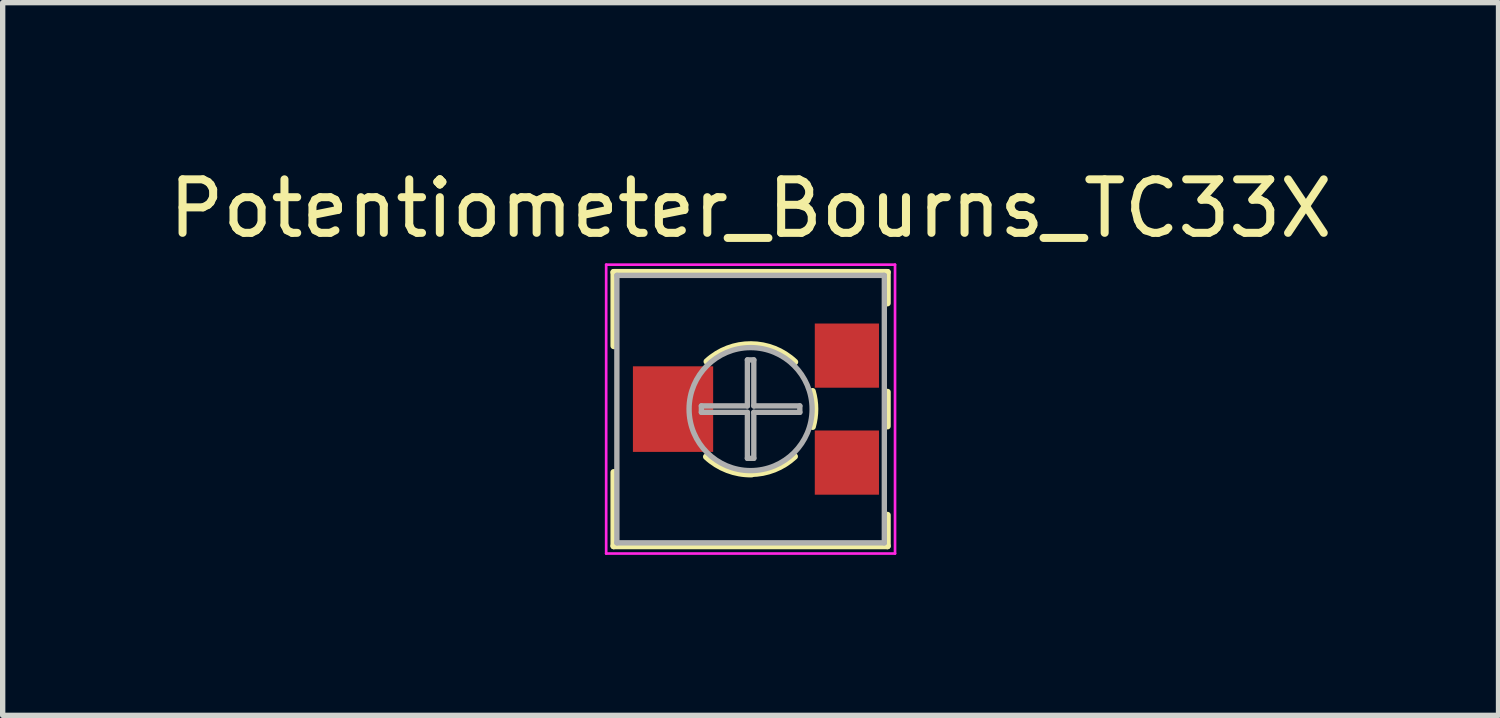
<source format=kicad_pcb>
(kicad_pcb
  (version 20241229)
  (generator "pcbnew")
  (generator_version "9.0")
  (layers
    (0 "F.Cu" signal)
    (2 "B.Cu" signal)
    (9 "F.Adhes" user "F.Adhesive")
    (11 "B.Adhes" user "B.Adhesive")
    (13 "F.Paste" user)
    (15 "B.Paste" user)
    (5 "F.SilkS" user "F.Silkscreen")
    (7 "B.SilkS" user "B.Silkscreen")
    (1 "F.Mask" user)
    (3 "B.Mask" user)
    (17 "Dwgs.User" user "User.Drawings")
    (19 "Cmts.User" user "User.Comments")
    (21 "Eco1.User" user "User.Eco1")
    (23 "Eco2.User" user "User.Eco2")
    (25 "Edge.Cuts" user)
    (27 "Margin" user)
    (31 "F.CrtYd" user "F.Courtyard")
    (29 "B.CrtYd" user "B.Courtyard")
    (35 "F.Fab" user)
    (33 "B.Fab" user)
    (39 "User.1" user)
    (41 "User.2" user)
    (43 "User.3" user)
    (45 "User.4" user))
  (footprint "Potentiometer_Bourns_TC33X"
    (layer "F.Cu")
    (at 10.982 4.598)
    (property "Reference" "Potentiometer_Bourns_TC33X" (at 0 -3.75 0) (layer "F.SilkS") (effects (font (size 1 1) (thickness 0.15))))
    (attr smd)
    (fp_line (start -2.56 -2.56) (end -2.56 -1.18) (stroke (width 0.12) (type solid)) (layer "F.SilkS"))
    (fp_line (start -2.56 -2.56) (end 2.56 -2.56) (stroke (width 0.12) (type solid)) (layer "F.SilkS"))
    (fp_line (start -2.56 1.18) (end -2.56 2.56) (stroke (width 0.12) (type solid)) (layer "F.SilkS"))
    (fp_line (start -2.56 2.56) (end 2.56 2.56) (stroke (width 0.12) (type solid)) (layer "F.SilkS"))
    (fp_line (start 2.56 -2.56) (end 2.56 -1.98) (stroke (width 0.12) (type solid)) (layer "F.SilkS"))
    (fp_line (start 2.56 -0.32) (end 2.56 0.32) (stroke (width 0.12) (type solid)) (layer "F.SilkS"))
    (fp_line (start 2.56 1.98) (end 2.56 2.56) (stroke (width 0.12) (type solid)) (layer "F.SilkS"))
    (fp_arc (start -0.819958 -0.889364) (mid 0.006865 -1.20965) (end 0.83 -0.88) (stroke (width 0.12) (type solid)) (layer "F.SilkS"))
    (fp_arc (start 0.021194 1.216779) (mid -0.436163 1.136117) (end -0.83 0.89) (stroke (width 0.12) (type solid)) (layer "F.SilkS"))
    (fp_arc (start 0.825218 0.884938) (mid 0.443466 1.125805) (end 0 1.21) (stroke (width 0.12) (type solid)) (layer "F.SilkS"))
    (fp_arc (start 1.158609 -0.33485) (mid 1.206024 -0.002523) (end 1.16 0.33) (stroke (width 0.12) (type solid)) (layer "F.SilkS"))
    (fp_line (start -2.7 -2.7) (end -2.7 2.7) (stroke (width 0.05) (type solid)) (layer "F.CrtYd"))
    (fp_line (start -2.7 2.7) (end 2.7 2.7) (stroke (width 0.05) (type solid)) (layer "F.CrtYd"))
    (fp_line (start 2.7 -2.7) (end -2.7 -2.7) (stroke (width 0.05) (type solid)) (layer "F.CrtYd"))
    (fp_line (start 2.7 2.7) (end 2.7 -2.7) (stroke (width 0.05) (type solid)) (layer "F.CrtYd"))
    (fp_line (start -2.5 -2.5) (end -2.5 2.5) (stroke (width 0.1) (type solid)) (layer "F.Fab"))
    (fp_line (start -2.5 2.5) (end 2.5 2.5) (stroke (width 0.1) (type solid)) (layer "F.Fab"))
    (fp_line (start -0.92 -0.06) (end -0.06 -0.06) (stroke (width 0.1) (type solid)) (layer "F.Fab"))
    (fp_line (start -0.92 0.06) (end -0.92 -0.06) (stroke (width 0.1) (type solid)) (layer "F.Fab"))
    (fp_line (start -0.06 -0.92) (end 0.06 -0.92) (stroke (width 0.1) (type solid)) (layer "F.Fab"))
    (fp_line (start -0.06 -0.06) (end -0.06 -0.92) (stroke (width 0.1) (type solid)) (layer "F.Fab"))
    (fp_line (start -0.06 0.06) (end -0.92 0.06) (stroke (width 0.1) (type solid)) (layer "F.Fab"))
    (fp_line (start -0.06 0.92) (end -0.06 0.06) (stroke (width 0.1) (type solid)) (layer "F.Fab"))
    (fp_line (start 0.06 -0.92) (end 0.06 -0.06) (stroke (width 0.1) (type solid)) (layer "F.Fab"))
    (fp_line (start 0.06 -0.06) (end 0.92 -0.06) (stroke (width 0.1) (type solid)) (layer "F.Fab"))
    (fp_line (start 0.06 0.06) (end 0.06 0.92) (stroke (width 0.1) (type solid)) (layer "F.Fab"))
    (fp_line (start 0.06 0.92) (end -0.06 0.92) (stroke (width 0.1) (type solid)) (layer "F.Fab"))
    (fp_line (start 0.92 -0.06) (end 0.92 0.06) (stroke (width 0.1) (type solid)) (layer "F.Fab"))
    (fp_line (start 0.92 0.06) (end 0.06 0.06) (stroke (width 0.1) (type solid)) (layer "F.Fab"))
    (fp_line (start 2.5 -2.5) (end -2.5 -2.5) (stroke (width 0.1) (type solid)) (layer "F.Fab"))
    (fp_line (start 2.5 2.5) (end 2.5 -2.5) (stroke (width 0.1) (type solid)) (layer "F.Fab"))
    (fp_circle (center 0 0) (end 1.15 0) (stroke (width 0.1) (type solid)) (fill no) (layer "F.Fab"))
    (pad "1" smd rect (at 1.8 -1) (size 1.2 1.2) (layers "F.Cu" "F.Mask"))
    (pad "2" smd rect (at -1.45 0) (size 1.5 1.6) (layers "F.Cu" "F.Mask"))
    (pad "3" smd rect (at 1.8 1) (size 1.2 1.2) (layers "F.Cu" "F.Mask")))
  (gr_rect
    (start -3 -3)
    (end 24.964 10.323)
    (stroke (width 0.1) (type default))
    (fill no)
    (layer "Edge.Cuts")))
</source>
